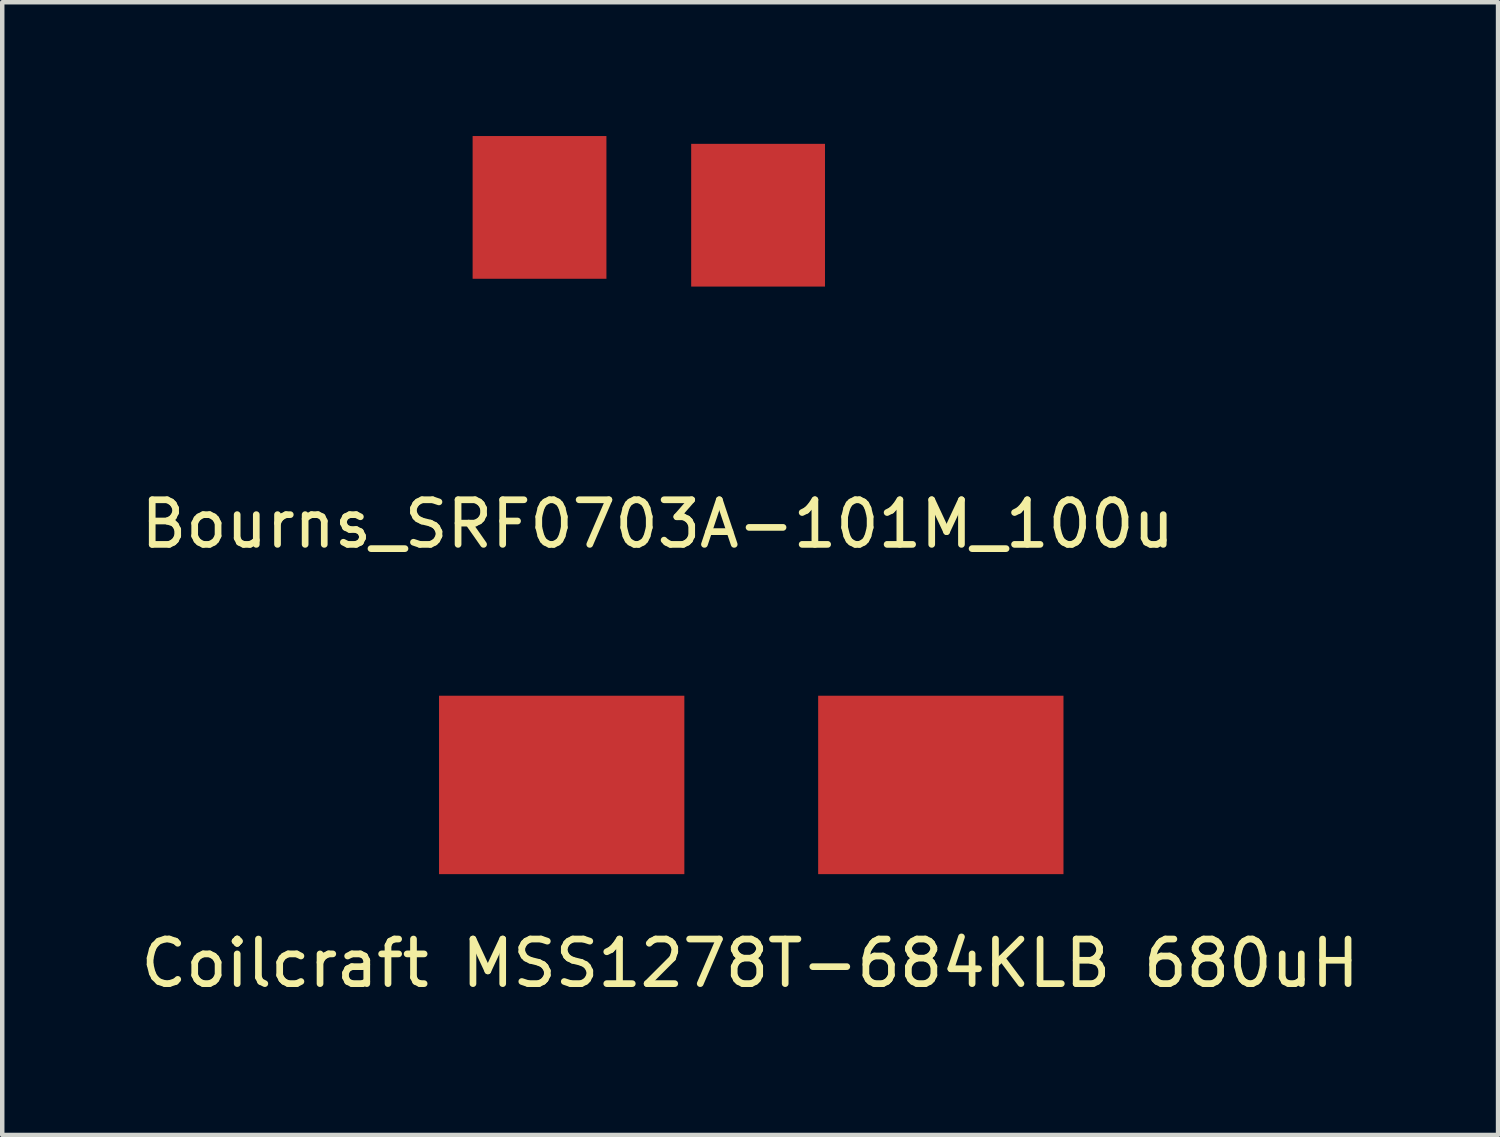
<source format=kicad_pcb>
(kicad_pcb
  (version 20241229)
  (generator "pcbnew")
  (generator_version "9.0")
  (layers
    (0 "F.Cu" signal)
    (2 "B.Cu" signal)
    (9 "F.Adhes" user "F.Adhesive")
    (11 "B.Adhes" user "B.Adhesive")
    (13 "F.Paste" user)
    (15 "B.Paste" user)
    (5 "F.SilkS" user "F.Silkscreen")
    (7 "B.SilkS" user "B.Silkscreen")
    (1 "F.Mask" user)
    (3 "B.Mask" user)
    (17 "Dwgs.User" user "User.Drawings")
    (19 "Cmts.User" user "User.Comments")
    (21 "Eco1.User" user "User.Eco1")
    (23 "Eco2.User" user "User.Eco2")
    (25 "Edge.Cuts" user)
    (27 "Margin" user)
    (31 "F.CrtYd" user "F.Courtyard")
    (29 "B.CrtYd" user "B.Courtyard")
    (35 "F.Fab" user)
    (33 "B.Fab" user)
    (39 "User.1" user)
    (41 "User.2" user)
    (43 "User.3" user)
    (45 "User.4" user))
  (footprint "Coilcraft MSS1278T-684KLB 680uH"
    (layer "F.Cu")
    (at 13.793 14.548)
    (property "Reference" "Coilcraft MSS1278T-684KLB 680uH" (at -0.025 4 0) (layer "F.SilkS") (effects (font (size 1 1) (thickness 0.15))))
    (attr through_hole)
    (pad "1" smd rect (at -4.25 0) (size 5.5 4) (layers "F.Cu" "F.Mask" "F.Paste"))
    (pad "2" smd rect (at 4.25 0) (size 5.5 4) (layers "F.Cu" "F.Mask" "F.Paste")))
  (footprint "Bourns_SRF0703A-101M_100u"
    (layer "F.Cu")
    (at 11.496 1.775)
    (property "Reference" "Bourns_SRF0703A-101M_100u" (at 0.2 6.925 0) (layer "F.SilkS") (effects (font (size 1 1) (thickness 0.15))))
    (attr through_hole)
    (pad "1" smd rect (at 2.45 0) (size 3 3.2) (layers "F.Cu" "F.Mask" "F.Paste"))
    (pad "2" smd rect (at -2.45 -0.175) (size 3 3.2) (layers "F.Cu" "F.Mask" "F.Paste")))
  (gr_rect
    (start -3 -3)
    (end 30.536 22.396)
    (stroke (width 0.1) (type default))
    (fill no)
    (layer "Edge.Cuts")))
</source>
